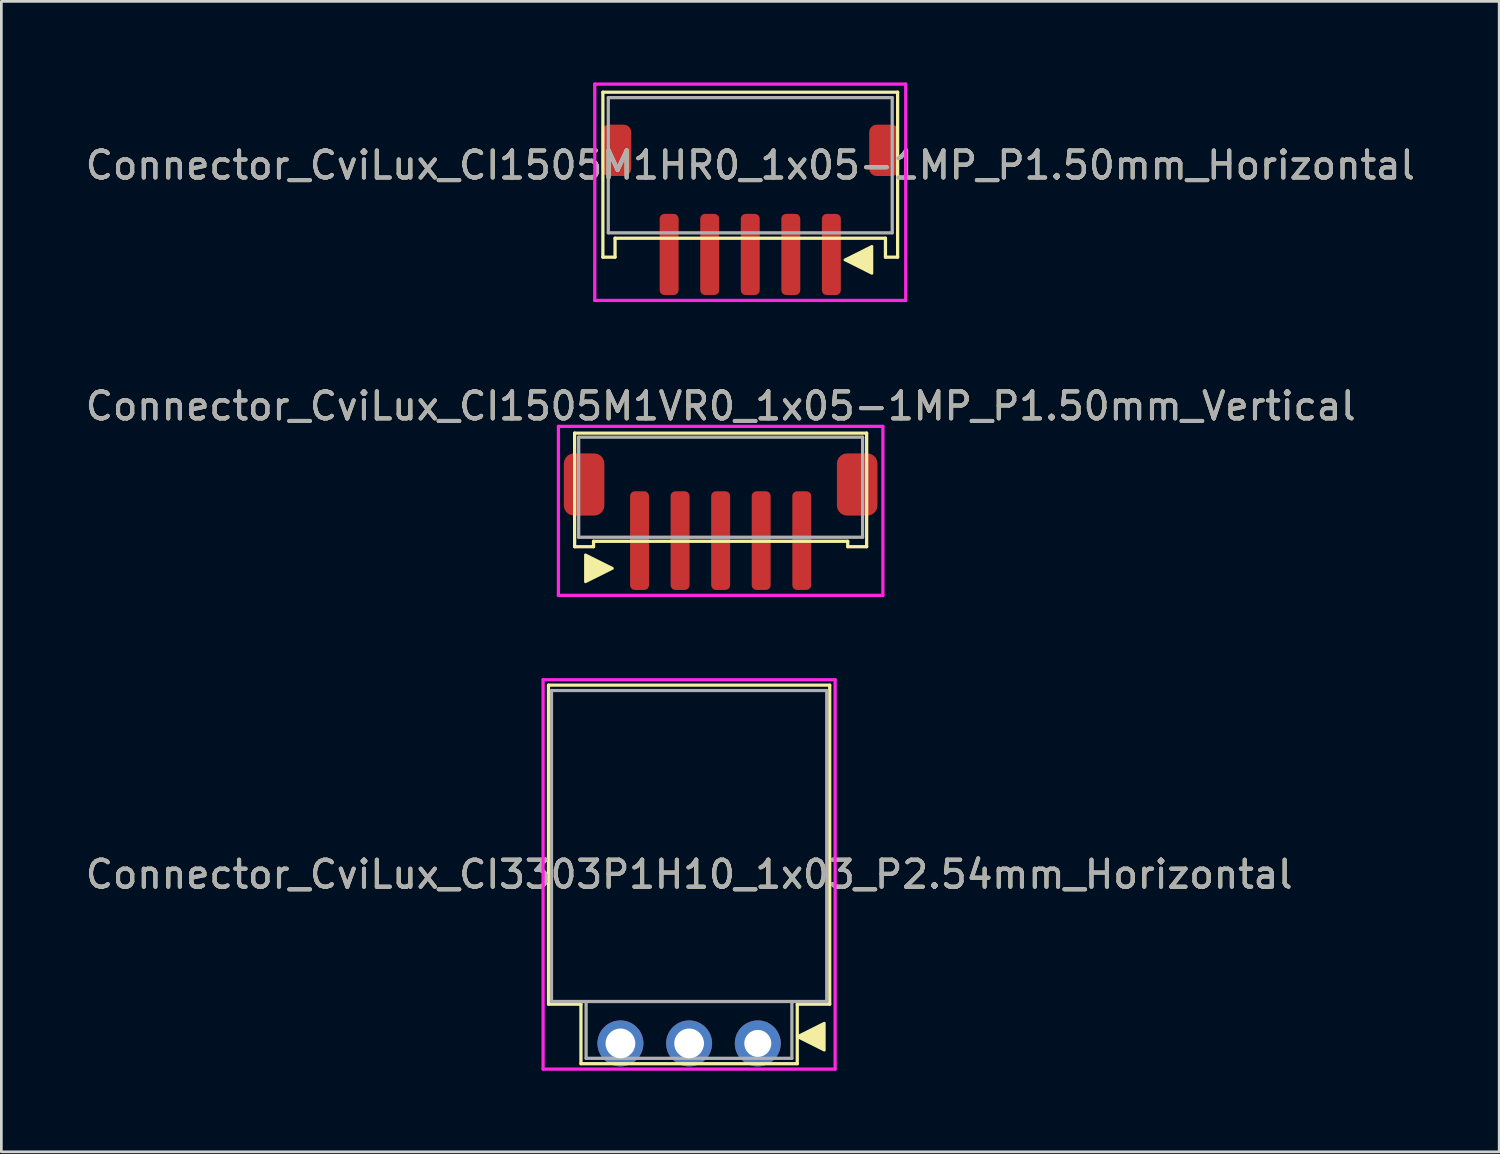
<source format=kicad_pcb>
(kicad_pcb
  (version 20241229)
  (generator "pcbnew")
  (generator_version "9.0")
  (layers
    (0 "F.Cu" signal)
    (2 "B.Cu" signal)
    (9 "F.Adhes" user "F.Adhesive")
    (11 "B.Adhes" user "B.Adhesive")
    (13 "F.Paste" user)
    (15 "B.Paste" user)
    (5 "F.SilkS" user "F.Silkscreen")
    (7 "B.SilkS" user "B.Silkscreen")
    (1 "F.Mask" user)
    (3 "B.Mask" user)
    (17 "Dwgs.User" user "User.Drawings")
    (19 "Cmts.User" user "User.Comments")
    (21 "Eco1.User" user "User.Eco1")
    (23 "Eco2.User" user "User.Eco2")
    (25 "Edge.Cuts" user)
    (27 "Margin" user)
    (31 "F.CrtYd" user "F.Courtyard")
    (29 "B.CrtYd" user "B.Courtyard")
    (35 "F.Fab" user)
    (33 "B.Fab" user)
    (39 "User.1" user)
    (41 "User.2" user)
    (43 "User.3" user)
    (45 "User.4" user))
  (footprint "Connector_CviLux_CI1505M1HR0_1x05-1MP_P1.50mm_Horizontal"
    (layer "F.Cu")
    (at 24.696 3.06)
    (property "Reference" "Connector_CviLux_CI1505M1HR0_1x05-1MP_P1.50mm_Horizontal" (at 0 0 0) (layer "F.SilkS") (effects (font (size 1 1) (thickness 0.15))))
    (attr smd)
    (fp_line (start -5.45 -2.7) (end 5.45 -2.7) (stroke (width 0.12) (type solid)) (layer "F.SilkS"))
    (fp_line (start -5.45 3.4) (end -5.45 -2.7) (stroke (width 0.12) (type solid)) (layer "F.SilkS"))
    (fp_line (start -5.45 3.4) (end -5 3.4) (stroke (width 0.12) (type solid)) (layer "F.SilkS"))
    (fp_line (start -5 3.4) (end -5 2.7) (stroke (width 0.12) (type solid)) (layer "F.SilkS"))
    (fp_line (start 5 2.7) (end -5 2.7) (stroke (width 0.12) (type solid)) (layer "F.SilkS"))
    (fp_line (start 5 3.4) (end 5 2.7) (stroke (width 0.12) (type solid)) (layer "F.SilkS"))
    (fp_line (start 5.45 -2.7) (end 5.45 3.4) (stroke (width 0.12) (type solid)) (layer "F.SilkS"))
    (fp_line (start 5.45 3.4) (end 5 3.4) (stroke (width 0.12) (type solid)) (layer "F.SilkS"))
    (fp_poly (pts (xy 4.5 3) (xy 4.5 4) (xy 3.5 3.5)) (stroke (width 0.1) (type solid)) (fill yes) (layer "F.SilkS"))
    (fp_line (start -5.75 -3) (end -5.75 5) (stroke (width 0.12) (type solid)) (layer "F.CrtYd"))
    (fp_line (start -5.75 5) (end 5.75 5) (stroke (width 0.12) (type solid)) (layer "F.CrtYd"))
    (fp_line (start 5.75 -3) (end -5.75 -3) (stroke (width 0.12) (type solid)) (layer "F.CrtYd"))
    (fp_line (start 5.75 5) (end 5.75 -3) (stroke (width 0.12) (type solid)) (layer "F.CrtYd"))
    (fp_line (start -5.25 -2.5) (end 5.25 -2.5) (stroke (width 0.12) (type solid)) (layer "F.Fab"))
    (fp_line (start -5.25 2.5) (end -5.25 -2.5) (stroke (width 0.12) (type solid)) (layer "F.Fab"))
    (fp_line (start 5.25 -2.5) (end 5.25 2.5) (stroke (width 0.12) (type solid)) (layer "F.Fab"))
    (fp_line (start 5.25 2.5) (end -5.25 2.5) (stroke (width 0.12) (type solid)) (layer "F.Fab"))
    (fp_text user "${REFERENCE}" (at 0 0 0) (layer "F.Fab") (effects (font (size 1 1) (thickness 0.15))))
    (pad "1" smd roundrect (at 3 3.3 180) (size 0.7 3) (layers "F.Cu" "F.Mask" "F.Paste") (roundrect_rratio 0.25))
    (pad "2" smd roundrect (at 1.5 3.3 180) (size 0.7 3) (layers "F.Cu" "F.Mask" "F.Paste") (roundrect_rratio 0.25))
    (pad "3" smd roundrect (at 0 3.3 180) (size 0.7 3) (layers "F.Cu" "F.Mask" "F.Paste") (roundrect_rratio 0.25))
    (pad "4" smd roundrect (at -1.5 3.3 180) (size 0.7 3) (layers "F.Cu" "F.Mask" "F.Paste") (roundrect_rratio 0.25))
    (pad "5" smd roundrect (at -3 3.3 180) (size 0.7 3) (layers "F.Cu" "F.Mask" "F.Paste") (roundrect_rratio 0.25))
    (pad "MP" smd roundrect (at -4.95 -0.55 90) (size 1.9 1.1) (layers "F.Cu" "F.Mask" "F.Paste") (roundrect_rratio 0.25))
    (pad "MP" smd roundrect (at 4.95 -0.55 90) (size 1.9 1.1) (layers "F.Cu" "F.Mask" "F.Paste") (roundrect_rratio 0.25)))
  (footprint "Connector_CviLux_CI3303P1H10_1x03_P2.54mm_Horizontal"
    (layer "F.Cu")
    (at 22.435 29.288)
    (property "Reference" "Connector_CviLux_CI3303P1H10_1x03_P2.54mm_Horizontal" (at 0 0 0) (layer "F.SilkS") (effects (font (size 1 1) (thickness 0.15))))
    (attr through_hole)
    (fp_line (start -5.2 -7) (end -5.2 4.8) (stroke (width 0.12) (type solid)) (layer "F.SilkS"))
    (fp_line (start -5.2 4.8) (end -4 4.8) (stroke (width 0.12) (type solid)) (layer "F.SilkS"))
    (fp_line (start -4 4.8) (end -4 7) (stroke (width 0.12) (type solid)) (layer "F.SilkS"))
    (fp_line (start -4 7) (end 4 7) (stroke (width 0.12) (type solid)) (layer "F.SilkS"))
    (fp_line (start 4 4.8) (end 5.2 4.8) (stroke (width 0.12) (type solid)) (layer "F.SilkS"))
    (fp_line (start 4 7) (end 4 4.8) (stroke (width 0.12) (type solid)) (layer "F.SilkS"))
    (fp_line (start 5.2 -7) (end -5.2 -7) (stroke (width 0.12) (type solid)) (layer "F.SilkS"))
    (fp_line (start 5.2 4.8) (end 5.2 -7) (stroke (width 0.12) (type solid)) (layer "F.SilkS"))
    (fp_poly (pts (xy 5 5.5) (xy 5 6.5) (xy 4 6)) (stroke (width 0.1) (type solid)) (fill yes) (layer "F.SilkS"))
    (fp_line (start -5.4 -7.2) (end -5.4 7.2) (stroke (width 0.12) (type solid)) (layer "F.CrtYd"))
    (fp_line (start -5.4 7.2) (end 5.4 7.2) (stroke (width 0.12) (type solid)) (layer "F.CrtYd"))
    (fp_line (start 5.4 -7.2) (end -5.4 -7.2) (stroke (width 0.12) (type solid)) (layer "F.CrtYd"))
    (fp_line (start 5.4 7.2) (end 5.4 -7.2) (stroke (width 0.12) (type solid)) (layer "F.CrtYd"))
    (fp_line (start -5.09 -6.8) (end -5.09 4.7) (stroke (width 0.12) (type solid)) (layer "F.Fab"))
    (fp_line (start -5.09 4.7) (end 5.09 4.7) (stroke (width 0.12) (type solid)) (layer "F.Fab"))
    (fp_line (start -3.81 6.8) (end -3.81 4.7) (stroke (width 0.12) (type solid)) (layer "F.Fab"))
    (fp_line (start -3.81 6.8) (end 3.8 6.8) (stroke (width 0.12) (type solid)) (layer "F.Fab"))
    (fp_line (start 3.8 6.8) (end 3.8 4.7) (stroke (width 0.12) (type solid)) (layer "F.Fab"))
    (fp_line (start 5.09 -6.8) (end -5.09 -6.8) (stroke (width 0.12) (type solid)) (layer "F.Fab"))
    (fp_line (start 5.09 4.7) (end 5.09 -6.8) (stroke (width 0.12) (type solid)) (layer "F.Fab"))
    (fp_text user "${REFERENCE}" (at 0 0 0) (layer "F.Fab") (effects (font (size 1 1) (thickness 0.15))))
    (pad "1" thru_hole circle (at 2.54 6.25) (size 1.7 1.7) (drill 1) (layers "*.Cu" "*.Mask"))
    (pad "2" thru_hole circle (at 0 6.25) (size 1.7 1.7) (drill 1.1) (layers "*.Cu" "*.Mask"))
    (pad "3" thru_hole circle (at -2.54 6.25) (size 1.7 1.7) (drill 1.1) (layers "*.Cu" "*.Mask")))
  (footprint "Connector_CviLux_CI1505M1VR0_1x05-1MP_P1.50mm_Vertical"
    (layer "F.Cu")
    (at 23.601 14.968)
    (property "Reference" "Connector_CviLux_CI1505M1VR0_1x05-1MP_P1.50mm_Vertical" (at 0 -3 0) (layer "F.SilkS") (effects (font (size 1 1) (thickness 0.15))))
    (attr smd)
    (fp_line (start -5.4 -2) (end 5.4 -2) (stroke (width 0.12) (type solid)) (layer "F.SilkS"))
    (fp_line (start -5.4 2.2) (end -5.4 -2) (stroke (width 0.12) (type solid)) (layer "F.SilkS"))
    (fp_line (start -4.7 2) (end -4.7 2.2) (stroke (width 0.12) (type solid)) (layer "F.SilkS"))
    (fp_line (start -4.7 2.2) (end -5.4 2.2) (stroke (width 0.12) (type solid)) (layer "F.SilkS"))
    (fp_line (start 4.7 2) (end -4.7 2) (stroke (width 0.12) (type solid)) (layer "F.SilkS"))
    (fp_line (start 4.7 2.2) (end 4.7 2) (stroke (width 0.12) (type solid)) (layer "F.SilkS"))
    (fp_line (start 5.4 -2) (end 5.4 2.2) (stroke (width 0.12) (type solid)) (layer "F.SilkS"))
    (fp_line (start 5.4 2.2) (end 4.7 2.2) (stroke (width 0.12) (type solid)) (layer "F.SilkS"))
    (fp_poly (pts (xy -5 2.5) (xy -5 3.5) (xy -4 3)) (stroke (width 0.1) (type solid)) (fill yes) (layer "F.SilkS"))
    (fp_line (start -6 -2.25) (end -6 4) (stroke (width 0.12) (type solid)) (layer "F.CrtYd"))
    (fp_line (start -6 4) (end 6 4) (stroke (width 0.12) (type solid)) (layer "F.CrtYd"))
    (fp_line (start 6 -2.25) (end -6 -2.25) (stroke (width 0.12) (type solid)) (layer "F.CrtYd"))
    (fp_line (start 6 4) (end 6 -2.25) (stroke (width 0.12) (type solid)) (layer "F.CrtYd"))
    (fp_line (start -5.25 -1.85) (end 5.25 -1.85) (stroke (width 0.12) (type solid)) (layer "F.Fab"))
    (fp_line (start -5.25 1.85) (end -5.25 -1.85) (stroke (width 0.12) (type solid)) (layer "F.Fab"))
    (fp_line (start 5.25 -1.85) (end 5.25 1.85) (stroke (width 0.12) (type solid)) (layer "F.Fab"))
    (fp_line (start 5.25 1.85) (end -5.25 1.85) (stroke (width 0.12) (type solid)) (layer "F.Fab"))
    (fp_text user "${REFERENCE}" (at 0 -3 0) (layer "F.Fab") (effects (font (size 1 1) (thickness 0.15))))
    (pad "1" smd roundrect (at -3 1.975 180) (size 0.7 3.65) (layers "F.Cu" "F.Mask" "F.Paste") (roundrect_rratio 0.25))
    (pad "2" smd roundrect (at -1.5 1.975 180) (size 0.7 3.65) (layers "F.Cu" "F.Mask" "F.Paste") (roundrect_rratio 0.25))
    (pad "3" smd roundrect (at 0 1.975 180) (size 0.7 3.65) (layers "F.Cu" "F.Mask" "F.Paste") (roundrect_rratio 0.25))
    (pad "4" smd roundrect (at 1.5 1.975 180) (size 0.7 3.65) (layers "F.Cu" "F.Mask" "F.Paste") (roundrect_rratio 0.25))
    (pad "5" smd roundrect (at 3 1.975 180) (size 0.7 3.65) (layers "F.Cu" "F.Mask" "F.Paste") (roundrect_rratio 0.25))
    (pad "MP" smd roundrect (at -5.05 -0.1 180) (size 1.5 2.3) (layers "F.Cu" "F.Mask" "F.Paste") (roundrect_rratio 0.25))
    (pad "MP" smd roundrect (at 5.05 -0.1 180) (size 1.5 2.3) (layers "F.Cu" "F.Mask" "F.Paste") (roundrect_rratio 0.25)))
  (gr_rect
    (start -3 -3)
    (end 52.393 39.548)
    (stroke (width 0.1) (type default))
    (fill no)
    (layer "Edge.Cuts")))
</source>
